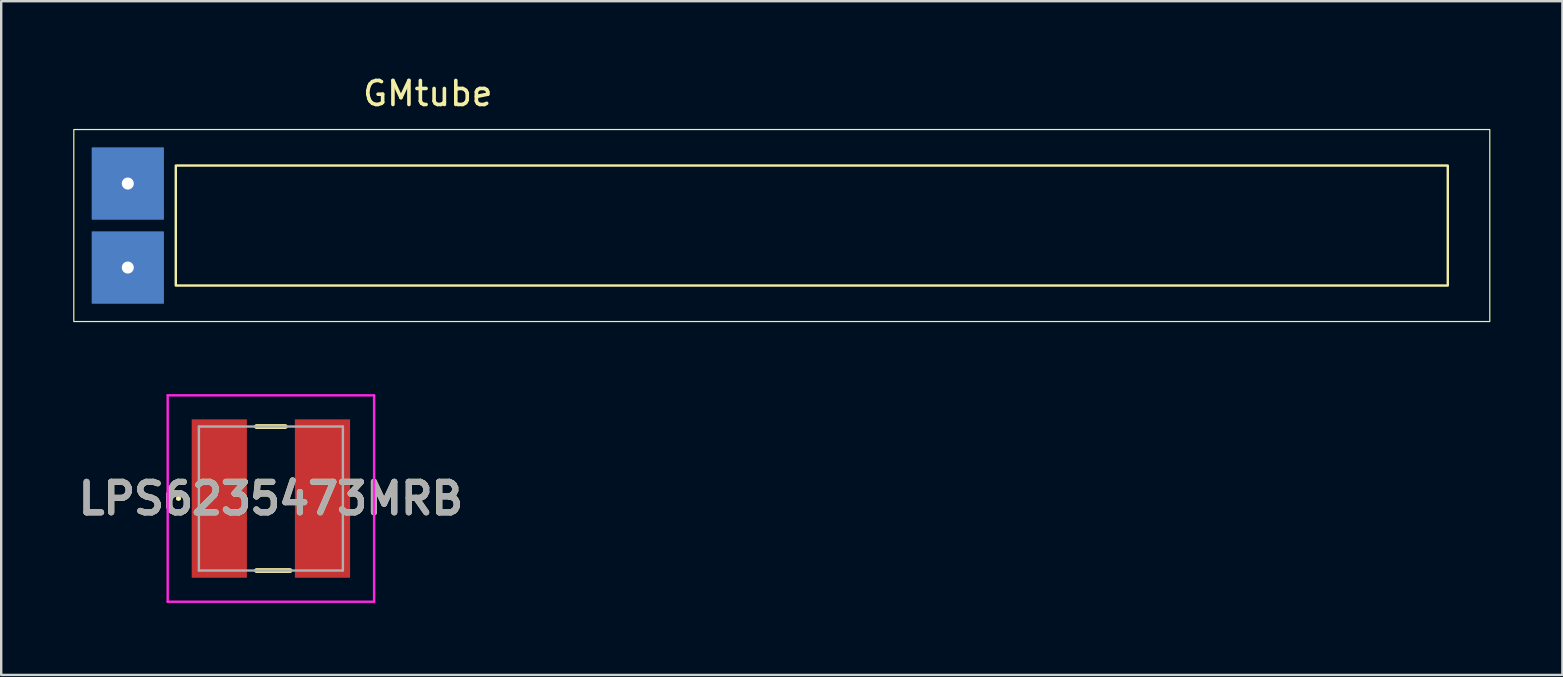
<source format=kicad_pcb>
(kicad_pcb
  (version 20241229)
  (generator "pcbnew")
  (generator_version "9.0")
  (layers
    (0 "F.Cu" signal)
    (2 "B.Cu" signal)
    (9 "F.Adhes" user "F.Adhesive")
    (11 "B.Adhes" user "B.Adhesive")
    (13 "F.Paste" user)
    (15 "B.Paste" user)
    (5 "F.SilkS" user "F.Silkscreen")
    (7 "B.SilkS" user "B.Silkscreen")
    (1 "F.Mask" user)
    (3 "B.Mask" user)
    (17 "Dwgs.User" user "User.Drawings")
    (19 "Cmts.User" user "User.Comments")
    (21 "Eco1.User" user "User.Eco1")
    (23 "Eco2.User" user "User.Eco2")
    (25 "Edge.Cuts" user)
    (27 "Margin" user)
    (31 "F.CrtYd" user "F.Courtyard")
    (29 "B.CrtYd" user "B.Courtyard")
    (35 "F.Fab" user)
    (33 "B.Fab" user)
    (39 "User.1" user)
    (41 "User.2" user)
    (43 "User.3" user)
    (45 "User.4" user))
  (footprint "LPS6235473MRB"
    (layer "F.Cu")
    (at 8.237 17.723)
    (property "Reference" "LPS6235473MRB" (at 0 0 0) (layer "F.SilkS") (effects (font (size 1.27 1.27) (thickness 0.254))))
    (attr smd)
    (fp_line (start -3.9 0) (end -3.9 0) (stroke (width 0.1) (type solid)) (layer "F.SilkS"))
    (fp_line (start -3.8 0) (end -3.8 0) (stroke (width 0.1) (type solid)) (layer "F.SilkS"))
    (fp_line (start -0.6 -3) (end 0.6 -3) (stroke (width 0.2) (type solid)) (layer "F.SilkS"))
    (fp_line (start -0.6 3) (end 0.8 3) (stroke (width 0.2) (type solid)) (layer "F.SilkS"))
    (fp_arc (start -3.9 0) (mid -3.85 -0.05) (end -3.8 0) (stroke (width 0.1) (type solid)) (layer "F.SilkS"))
    (fp_arc (start -3.8 0) (mid -3.85 0.05) (end -3.9 0) (stroke (width 0.1) (type solid)) (layer "F.SilkS"))
    (fp_line (start -4.3 -4.3) (end 4.3 -4.3) (stroke (width 0.1) (type solid)) (layer "F.CrtYd"))
    (fp_line (start -4.3 4.3) (end -4.3 -4.3) (stroke (width 0.1) (type solid)) (layer "F.CrtYd"))
    (fp_line (start 4.3 -4.3) (end 4.3 4.3) (stroke (width 0.1) (type solid)) (layer "F.CrtYd"))
    (fp_line (start 4.3 4.3) (end -4.3 4.3) (stroke (width 0.1) (type solid)) (layer "F.CrtYd"))
    (fp_line (start -3 -3) (end 3 -3) (stroke (width 0.1) (type solid)) (layer "F.Fab"))
    (fp_line (start -3 3) (end -3 -3) (stroke (width 0.1) (type solid)) (layer "F.Fab"))
    (fp_line (start 3 -3) (end 3 3) (stroke (width 0.1) (type solid)) (layer "F.Fab"))
    (fp_line (start 3 3) (end -3 3) (stroke (width 0.1) (type solid)) (layer "F.Fab"))
    (fp_text user "${REFERENCE}" (at 0 0 0) (layer "F.Fab") (effects (font (size 1.27 1.27) (thickness 0.254))))
    (pad "1" smd rect (at -2.15 0) (size 2.3 6.6) (layers "F.Cu" "F.Mask" "F.Paste"))
    (pad "2" smd rect (at 2.15 0) (size 2.3 6.6) (layers "F.Cu" "F.Mask" "F.Paste")))
  (footprint "GMtube"
    (layer "F.Cu")
    (at 6.275 6.348)
    (property "Reference" "GMtube" (at 8.5 -5.5 0) (layer "F.SilkS") (effects (font (size 1 1) (thickness 0.15))))
    (attr through_hole)
    (fp_rect (start -6.25 -4) (end 52.75 4) (stroke (width 0.05) (type default)) (fill no) (layer "F.SilkS"))
    (fp_rect (start -2 -2.5) (end 51 2.5) (stroke (width 0.1) (type default)) (fill no) (layer "F.SilkS"))
    (pad "1" thru_hole rect (at -4 -1.75) (size 3 3) (drill 0.5) (layers "*.Cu" "*.Mask"))
    (pad "2" thru_hole rect (at -4 1.75) (size 3 3) (drill 0.5) (layers "*.Cu" "*.Mask")))
  (gr_rect
    (start -3 -3)
    (end 62.05 25.073)
    (stroke (width 0.1) (type default))
    (fill no)
    (layer "Edge.Cuts")))
</source>
